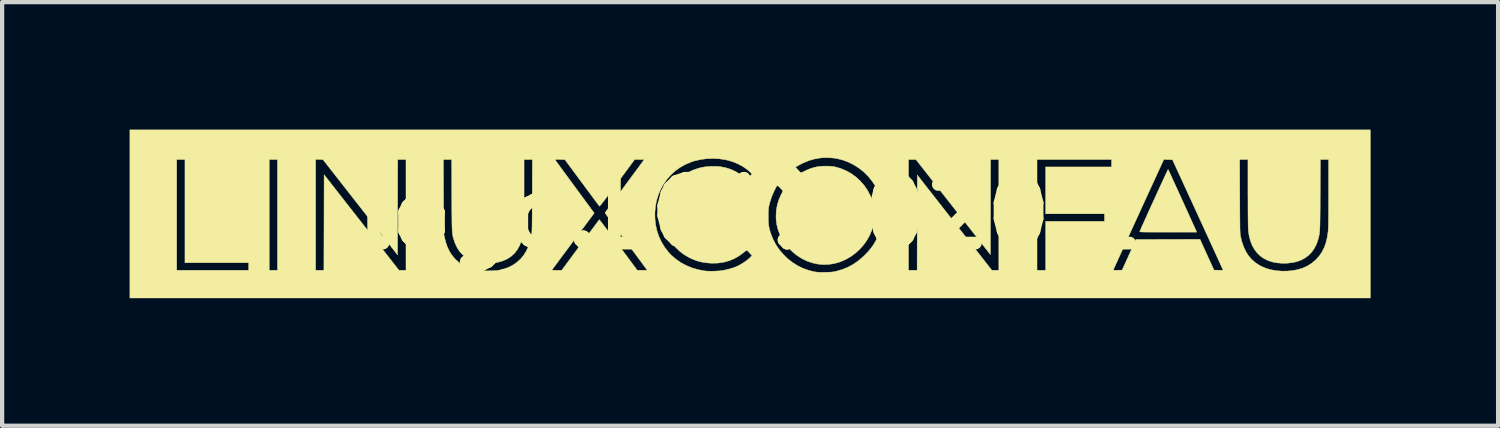
<source format=kicad_pcb>
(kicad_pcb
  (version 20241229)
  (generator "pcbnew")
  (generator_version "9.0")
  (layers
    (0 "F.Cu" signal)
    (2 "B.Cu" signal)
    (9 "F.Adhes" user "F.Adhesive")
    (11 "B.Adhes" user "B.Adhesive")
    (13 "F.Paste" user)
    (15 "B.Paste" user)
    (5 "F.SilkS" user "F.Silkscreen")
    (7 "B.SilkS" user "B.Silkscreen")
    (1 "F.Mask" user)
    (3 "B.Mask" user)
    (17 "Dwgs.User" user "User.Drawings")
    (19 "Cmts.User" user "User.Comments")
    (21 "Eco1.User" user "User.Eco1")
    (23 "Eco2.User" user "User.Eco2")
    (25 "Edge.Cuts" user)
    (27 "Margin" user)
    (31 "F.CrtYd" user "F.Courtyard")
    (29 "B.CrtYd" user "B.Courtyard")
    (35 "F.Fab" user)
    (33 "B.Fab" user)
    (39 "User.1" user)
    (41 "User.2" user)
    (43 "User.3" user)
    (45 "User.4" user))
  (footprint "logo.LCA.2020.1"
    (layer "F.Cu")
    (at 14.593 1.978)
    (property "Reference" "logo.LCA.2020.1" (at 0 0 0) (layer "F.SilkS") (effects (font (size 1.524 1.524) (thickness 0.3))))
    (attr through_hole)
    (fp_poly (pts (xy 9.836 -1.035) (xy 9.846 -1.012) (xy 9.863 -0.976) (xy 9.886 -0.928) (xy 9.913 -0.868) (xy 9.945 -0.799) (xy 9.981 -0.72) (xy 10.02 -0.634) (xy 10.063 -0.541) (xy 10.108 -0.442) (xy 10.155 -0.338) (xy 10.171 -0.303) (xy 10.505 0.432) (xy 9.832 0.432) (xy 9.71 0.432) (xy 9.603 0.432) (xy 9.511 0.432) (xy 9.432 0.431) (xy 9.367 0.431) (xy 9.313 0.431) (xy 9.269 0.43) (xy 9.234 0.429) (xy 9.208 0.428) (xy 9.189 0.427) (xy 9.177 0.425) (xy 9.169 0.423) (xy 9.165 0.421) (xy 9.164 0.419) (xy 9.164 0.417) (xy 9.171 0.401) (xy 9.184 0.371) (xy 9.202 0.33) (xy 9.225 0.278) (xy 9.253 0.216) (xy 9.284 0.146) (xy 9.319 0.07) (xy 9.356 -0.013) (xy 9.395 -0.099) (xy 9.436 -0.189) (xy 9.478 -0.28) (xy 9.52 -0.372) (xy 9.561 -0.463) (xy 9.602 -0.552) (xy 9.641 -0.637) (xy 9.678 -0.718) (xy 9.713 -0.792) (xy 9.744 -0.86) (xy 9.771 -0.919) (xy 9.794 -0.968) (xy 9.812 -1.005) (xy 9.825 -1.031) (xy 9.831 -1.043) (xy 9.831 -1.043) (xy 9.836 -1.035)) (stroke (width 0.01) (type solid)) (fill yes) (layer "F.SilkS"))
    (fp_poly (pts (xy 14.588 1.981) (xy -14.588 1.981) (xy -14.588 -1.278) (xy -13.487 -1.278) (xy -13.487 1.329) (xy -11.794 1.329) (xy -11.794 1.151) (xy -13.293 1.151) (xy -13.293 -1.278) (xy -11.311 -1.278) (xy -11.311 1.329) (xy -11.117 1.329) (xy -10.219 1.329) (xy -10.025 1.329) (xy -10.022 0.205) (xy -10.02 -0.919) (xy -9.14 0.205) (xy -8.259 1.329) (xy -8.177 1.329) (xy -8.094 1.329) (xy -8.094 -1.278) (xy -7.214 -1.278) (xy -7.211 -0.409) (xy -7.208 0.461) (xy -7.186 0.564) (xy -7.154 0.685) (xy -7.116 0.792) (xy -7.07 0.887) (xy -7.015 0.972) (xy -6.95 1.051) (xy -6.926 1.076) (xy -6.846 1.147) (xy -6.76 1.206) (xy -6.665 1.255) (xy -6.558 1.294) (xy -6.557 1.295) (xy -6.501 1.311) (xy -6.448 1.324) (xy -6.396 1.333) (xy -6.341 1.339) (xy -6.279 1.342) (xy -6.207 1.343) (xy -6.138 1.342) (xy -6.074 1.341) (xy -6.023 1.339) (xy -5.982 1.337) (xy -5.947 1.333) (xy -5.916 1.329) (xy -5.885 1.322) (xy -5.873 1.32) (xy -4.66 1.32) (xy -4.658 1.324) (xy -4.643 1.327) (xy -4.616 1.328) (xy -4.573 1.329) (xy -4.549 1.329) (xy -4.431 1.329) (xy -3.992 0.736) (xy -3.926 0.647) (xy -3.864 0.563) (xy -3.804 0.483) (xy -3.749 0.409) (xy -3.699 0.342) (xy -3.655 0.283) (xy -3.618 0.232) (xy -3.587 0.192) (xy -3.565 0.162) (xy -3.551 0.144) (xy -3.547 0.139) (xy -3.541 0.145) (xy -3.526 0.164) (xy -3.502 0.194) (xy -3.47 0.236) (xy -3.432 0.286) (xy -3.386 0.346) (xy -3.335 0.414) (xy -3.28 0.488) (xy -3.22 0.568) (xy -3.156 0.653) (xy -3.097 0.732) (xy -2.654 1.329) (xy -2.537 1.329) (xy -2.42 1.329) (xy -2.435 1.305) (xy -2.443 1.295) (xy -2.459 1.272) (xy -2.485 1.238) (xy -2.518 1.193) (xy -2.558 1.138) (xy -2.605 1.075) (xy -2.658 1.004) (xy -2.715 0.926) (xy -2.777 0.842) (xy -2.843 0.754) (xy -2.911 0.662) (xy -2.932 0.634) (xy -3.001 0.542) (xy -3.067 0.453) (xy -3.129 0.369) (xy -3.187 0.29) (xy -3.239 0.218) (xy -3.286 0.154) (xy -3.327 0.099) (xy -3.36 0.052) (xy -3.386 0.017) (xy -3.403 -0.008) (xy -3.411 -0.02) (xy -3.412 -0.021) (xy -3.409 -0.025) (xy -2.24 -0.025) (xy -2.237 0.125) (xy -2.222 0.258) (xy -2.192 0.399) (xy -2.146 0.535) (xy -2.084 0.666) (xy -2.009 0.789) (xy -1.92 0.903) (xy -1.855 0.973) (xy -1.748 1.066) (xy -1.631 1.147) (xy -1.503 1.216) (xy -1.368 1.272) (xy -1.225 1.314) (xy -1.078 1.342) (xy -1.046 1.346) (xy -0.998 1.349) (xy -0.938 1.351) (xy -0.871 1.35) (xy -0.802 1.348) (xy -0.737 1.344) (xy -0.679 1.338) (xy -0.648 1.334) (xy -0.563 1.317) (xy -0.477 1.295) (xy -0.395 1.27) (xy -0.348 1.253) (xy -0.273 1.219) (xy -0.196 1.176) (xy -0.121 1.127) (xy -0.052 1.076) (xy 0.005 1.024) (xy 0.008 1.021) (xy 0.045 0.983) (xy -0.013 0.921) (xy -0.038 0.895) (xy -0.059 0.873) (xy -0.073 0.86) (xy -0.077 0.857) (xy -0.086 0.861) (xy -0.105 0.873) (xy -0.129 0.893) (xy -0.141 0.902) (xy -0.251 0.985) (xy -0.367 1.052) (xy -0.49 1.103) (xy -0.619 1.139) (xy -0.754 1.159) (xy -0.895 1.163) (xy -0.953 1.16) (xy -1.06 1.15) (xy -1.156 1.133) (xy -1.248 1.108) (xy -1.34 1.073) (xy -1.427 1.033) (xy -1.544 0.966) (xy -1.65 0.887) (xy -1.745 0.796) (xy -1.828 0.695) (xy -1.899 0.585) (xy -1.955 0.466) (xy -1.998 0.34) (xy -2.027 0.208) (xy -2.04 0.072) (xy -2.04 0.064) (xy 0.428 0.064) (xy 0.428 0.139) (xy 0.43 0.201) (xy 0.435 0.255) (xy 0.442 0.304) (xy 0.452 0.352) (xy 0.466 0.403) (xy 0.484 0.461) (xy 0.536 0.595) (xy 0.604 0.723) (xy 0.684 0.842) (xy 0.777 0.953) (xy 0.88 1.054) (xy 0.994 1.143) (xy 1.115 1.22) (xy 1.244 1.283) (xy 1.379 1.331) (xy 1.431 1.345) (xy 1.48 1.357) (xy 1.524 1.366) (xy 1.566 1.372) (xy 1.61 1.375) (xy 1.66 1.377) (xy 1.72 1.377) (xy 1.77 1.376) (xy 1.832 1.375) (xy 1.881 1.373) (xy 1.921 1.37) (xy 1.956 1.366) (xy 1.989 1.36) (xy 2.024 1.352) (xy 2.166 1.311) (xy 2.3 1.257) (xy 2.425 1.189) (xy 2.544 1.107) (xy 2.659 1.009) (xy 2.683 0.986) (xy 2.768 0.899) (xy 2.839 0.815) (xy 2.901 0.729) (xy 2.955 0.638) (xy 2.98 0.588) (xy 3.015 0.515) (xy 3.043 0.449) (xy 3.065 0.386) (xy 3.084 0.32) (xy 3.1 0.252) (xy 3.11 0.196) (xy 3.116 0.127) (xy 3.12 0.051) (xy 3.121 -0.027) (xy 3.119 -0.104) (xy 3.114 -0.174) (xy 3.106 -0.234) (xy 3.105 -0.241) (xy 3.067 -0.383) (xy 3.015 -0.52) (xy 2.948 -0.649) (xy 2.869 -0.77) (xy 2.777 -0.881) (xy 2.675 -0.983) (xy 2.562 -1.073) (xy 2.44 -1.151) (xy 2.31 -1.216) (xy 2.173 -1.266) (xy 2.125 -1.278) (xy 3.725 -1.278) (xy 3.725 1.329) (xy 3.928 1.329) (xy 3.933 -0.91) (xy 4.809 0.209) (xy 5.685 1.328) (xy 5.768 1.329) (xy 5.85 1.329) (xy 5.85 -1.278) (xy 6.748 -1.278) (xy 6.748 1.329) (xy 6.951 1.329) (xy 6.951 1.321) (xy 8.544 1.321) (xy 8.549 1.325) (xy 8.56 1.327) (xy 8.582 1.328) (xy 8.616 1.328) (xy 8.645 1.327) (xy 8.75 1.325) (xy 8.913 0.965) (xy 9.075 0.605) (xy 9.828 0.603) (xy 10.581 0.601) (xy 10.746 0.963) (xy 10.911 1.325) (xy 11.018 1.327) (xy 11.058 1.328) (xy 11.092 1.328) (xy 11.115 1.327) (xy 11.125 1.326) (xy 11.125 1.325) (xy 11.122 1.317) (xy 11.112 1.295) (xy 11.095 1.258) (xy 11.072 1.209) (xy 11.044 1.147) (xy 11.011 1.074) (xy 10.973 0.991) (xy 10.93 0.897) (xy 10.883 0.795) (xy 10.832 0.684) (xy 10.778 0.566) (xy 10.721 0.442) (xy 10.661 0.311) (xy 10.599 0.175) (xy 10.534 0.036) (xy 10.529 0.023) (xy 9.933 -1.274) (xy 9.752 -1.278) (xy 11.514 -1.278) (xy 11.517 -0.413) (xy 11.518 -0.271) (xy 11.518 -0.145) (xy 11.519 -0.033) (xy 11.519 0.064) (xy 11.52 0.149) (xy 11.521 0.222) (xy 11.521 0.284) (xy 11.522 0.336) (xy 11.523 0.38) (xy 11.525 0.417) (xy 11.526 0.446) (xy 11.527 0.47) (xy 11.529 0.49) (xy 11.531 0.506) (xy 11.534 0.52) (xy 11.534 0.525) (xy 11.567 0.661) (xy 11.61 0.783) (xy 11.662 0.892) (xy 11.724 0.989) (xy 11.798 1.074) (xy 11.882 1.148) (xy 11.978 1.212) (xy 12.029 1.239) (xy 12.133 1.283) (xy 12.247 1.316) (xy 12.371 1.338) (xy 12.501 1.349) (xy 12.636 1.348) (xy 12.755 1.337) (xy 12.884 1.313) (xy 13.004 1.276) (xy 13.113 1.225) (xy 13.214 1.16) (xy 13.307 1.081) (xy 13.308 1.08) (xy 13.385 0.995) (xy 13.449 0.901) (xy 13.503 0.796) (xy 13.544 0.68) (xy 13.575 0.553) (xy 13.595 0.412) (xy 13.597 0.389) (xy 13.599 0.364) (xy 13.6 0.324) (xy 13.601 0.269) (xy 13.602 0.2) (xy 13.603 0.119) (xy 13.604 0.027) (xy 13.605 -0.076) (xy 13.605 -0.188) (xy 13.606 -0.308) (xy 13.606 -0.434) (xy 13.606 -0.493) (xy 13.606 -1.278) (xy 13.413 -1.278) (xy 13.409 -0.455) (xy 13.408 -0.313) (xy 13.408 -0.186) (xy 13.407 -0.075) (xy 13.406 0.024) (xy 13.405 0.109) (xy 13.404 0.184) (xy 13.403 0.248) (xy 13.401 0.304) (xy 13.399 0.351) (xy 13.397 0.392) (xy 13.394 0.427) (xy 13.391 0.458) (xy 13.387 0.485) (xy 13.382 0.511) (xy 13.377 0.535) (xy 13.371 0.559) (xy 13.364 0.584) (xy 13.36 0.6) (xy 13.322 0.712) (xy 13.271 0.812) (xy 13.209 0.901) (xy 13.136 0.977) (xy 13.051 1.04) (xy 12.956 1.091) (xy 12.85 1.128) (xy 12.843 1.13) (xy 12.739 1.151) (xy 12.627 1.163) (xy 12.511 1.164) (xy 12.399 1.155) (xy 12.305 1.138) (xy 12.196 1.105) (xy 12.097 1.059) (xy 12.009 1) (xy 11.932 0.928) (xy 11.866 0.844) (xy 11.811 0.747) (xy 11.768 0.639) (xy 11.737 0.519) (xy 11.718 0.391) (xy 11.717 0.366) (xy 11.715 0.326) (xy 11.714 0.27) (xy 11.713 0.2) (xy 11.712 0.117) (xy 11.711 0.02) (xy 11.71 -0.088) (xy 11.71 -0.207) (xy 11.71 -0.337) (xy 11.709 -0.476) (xy 11.709 -0.488) (xy 11.709 -1.278) (xy 11.514 -1.278) (xy 9.752 -1.278) (xy 9.731 -1.279) (xy 9.14 0.01) (xy 9.076 0.15) (xy 9.014 0.286) (xy 8.954 0.417) (xy 8.897 0.542) (xy 8.842 0.661) (xy 8.791 0.773) (xy 8.744 0.876) (xy 8.701 0.971) (xy 8.662 1.055) (xy 8.629 1.13) (xy 8.6 1.192) (xy 8.577 1.243) (xy 8.56 1.281) (xy 8.549 1.305) (xy 8.545 1.315) (xy 8.545 1.315) (xy 8.544 1.321) (xy 6.951 1.321) (xy 6.951 0.178) (xy 8.34 0.178) (xy 8.34 0) (xy 6.951 0) (xy 6.951 -1.101) (xy 8.501 -1.101) (xy 8.501 -1.278) (xy 6.748 -1.278) (xy 5.85 -1.278) (xy 5.656 -1.278) (xy 5.654 -0.159) (xy 5.652 0.959) (xy 4.775 -0.159) (xy 3.899 -1.278) (xy 3.725 -1.278) (xy 2.125 -1.278) (xy 2.04 -1.3) (xy 1.98 -1.309) (xy 1.909 -1.315) (xy 1.832 -1.319) (xy 1.757 -1.319) (xy 1.687 -1.316) (xy 1.654 -1.313) (xy 1.515 -1.289) (xy 1.377 -1.249) (xy 1.244 -1.194) (xy 1.149 -1.145) (xy 1.067 -1.097) (xy 1.09 -1.072) (xy 1.125 -1.033) (xy 1.155 -1.001) (xy 1.178 -0.979) (xy 1.193 -0.967) (xy 1.196 -0.965) (xy 1.206 -0.969) (xy 1.228 -0.978) (xy 1.258 -0.992) (xy 1.289 -1.007) (xy 1.39 -1.052) (xy 1.484 -1.084) (xy 1.579 -1.106) (xy 1.678 -1.118) (xy 1.786 -1.121) (xy 1.786 -1.121) (xy 1.85 -1.12) (xy 1.902 -1.117) (xy 1.947 -1.112) (xy 1.989 -1.105) (xy 1.998 -1.103) (xy 2.131 -1.065) (xy 2.258 -1.012) (xy 2.378 -0.945) (xy 2.489 -0.865) (xy 2.59 -0.772) (xy 2.681 -0.669) (xy 2.759 -0.555) (xy 2.824 -0.432) (xy 2.845 -0.383) (xy 2.888 -0.253) (xy 2.915 -0.123) (xy 2.925 0.008) (xy 2.918 0.141) (xy 2.9 0.252) (xy 2.865 0.379) (xy 2.814 0.502) (xy 2.749 0.62) (xy 2.67 0.731) (xy 2.579 0.833) (xy 2.477 0.926) (xy 2.365 1.008) (xy 2.244 1.077) (xy 2.239 1.079) (xy 2.114 1.133) (xy 1.985 1.169) (xy 1.856 1.19) (xy 1.726 1.195) (xy 1.597 1.184) (xy 1.47 1.157) (xy 1.346 1.115) (xy 1.226 1.058) (xy 1.111 0.986) (xy 1.002 0.899) (xy 0.952 0.851) (xy 0.856 0.745) (xy 0.776 0.631) (xy 0.711 0.512) (xy 0.661 0.388) (xy 0.628 0.259) (xy 0.611 0.125) (xy 0.609 0.052) (xy 0.617 -0.084) (xy 0.64 -0.213) (xy 0.679 -0.338) (xy 0.729 -0.449) (xy 0.746 -0.483) (xy 0.76 -0.512) (xy 0.768 -0.531) (xy 0.77 -0.538) (xy 0.765 -0.547) (xy 0.749 -0.565) (xy 0.727 -0.589) (xy 0.707 -0.609) (xy 0.682 -0.635) (xy 0.663 -0.652) (xy 0.649 -0.66) (xy 0.636 -0.658) (xy 0.624 -0.645) (xy 0.608 -0.62) (xy 0.589 -0.582) (xy 0.572 -0.55) (xy 0.516 -0.426) (xy 0.471 -0.293) (xy 0.447 -0.202) (xy 0.44 -0.169) (xy 0.435 -0.139) (xy 0.432 -0.108) (xy 0.429 -0.073) (xy 0.428 -0.029) (xy 0.428 0.026) (xy 0.428 0.064) (xy -2.04 0.064) (xy -2.04 0.028) (xy -2.033 -0.114) (xy -2.009 -0.25) (xy -1.971 -0.379) (xy -1.918 -0.501) (xy -1.853 -0.614) (xy -1.774 -0.718) (xy -1.683 -0.812) (xy -1.581 -0.895) (xy -1.468 -0.967) (xy -1.345 -1.026) (xy -1.213 -1.071) (xy -1.128 -1.092) (xy -1.063 -1.103) (xy -0.988 -1.111) (xy -0.908 -1.115) (xy -0.829 -1.116) (xy -0.757 -1.114) (xy -0.717 -1.11) (xy -0.585 -1.086) (xy -0.461 -1.048) (xy -0.343 -0.994) (xy -0.23 -0.926) (xy -0.15 -0.866) (xy -0.122 -0.843) (xy -0.098 -0.826) (xy -0.082 -0.815) (xy -0.078 -0.813) (xy -0.068 -0.819) (xy -0.048 -0.838) (xy -0.018 -0.869) (xy 0.02 -0.911) (xy 0.043 -0.937) (xy 0.003 -0.978) (xy -0.081 -1.05) (xy -0.177 -1.116) (xy -0.285 -1.173) (xy -0.4 -1.221) (xy -0.522 -1.258) (xy -0.575 -1.27) (xy -0.722 -1.293) (xy -0.873 -1.301) (xy -1.024 -1.295) (xy -1.172 -1.275) (xy -1.315 -1.242) (xy -1.384 -1.219) (xy -1.519 -1.162) (xy -1.644 -1.093) (xy -1.759 -1.011) (xy -1.863 -0.917) (xy -1.955 -0.813) (xy -2.035 -0.7) (xy -2.103 -0.578) (xy -2.158 -0.449) (xy -2.2 -0.313) (xy -2.227 -0.171) (xy -2.24 -0.025) (xy -3.409 -0.025) (xy -3.407 -0.029) (xy -3.392 -0.05) (xy -3.369 -0.082) (xy -3.338 -0.125) (xy -3.3 -0.177) (xy -3.255 -0.238) (xy -3.204 -0.307) (xy -3.149 -0.383) (xy -3.089 -0.465) (xy -3.025 -0.551) (xy -2.96 -0.639) (xy -2.894 -0.729) (xy -2.83 -0.815) (xy -2.769 -0.897) (xy -2.713 -0.973) (xy -2.662 -1.043) (xy -2.616 -1.104) (xy -2.577 -1.158) (xy -2.545 -1.201) (xy -2.521 -1.234) (xy -2.505 -1.255) (xy -2.499 -1.263) (xy -2.496 -1.269) (xy -2.497 -1.274) (xy -2.506 -1.276) (xy -2.524 -1.278) (xy -2.554 -1.278) (xy -2.599 -1.278) (xy -2.714 -1.278) (xy -3.124 -0.724) (xy -3.201 -0.62) (xy -3.268 -0.53) (xy -3.327 -0.451) (xy -3.377 -0.385) (xy -3.42 -0.329) (xy -3.455 -0.283) (xy -3.483 -0.246) (xy -3.506 -0.218) (xy -3.523 -0.199) (xy -3.534 -0.186) (xy -3.542 -0.18) (xy -3.545 -0.18) (xy -3.551 -0.188) (xy -3.567 -0.209) (xy -3.592 -0.242) (xy -3.624 -0.285) (xy -3.663 -0.337) (xy -3.708 -0.398) (xy -3.758 -0.466) (xy -3.813 -0.54) (xy -3.872 -0.619) (xy -3.934 -0.703) (xy -3.956 -0.732) (xy -4.357 -1.274) (xy -4.473 -1.277) (xy -4.515 -1.277) (xy -4.55 -1.277) (xy -4.576 -1.276) (xy -4.588 -1.274) (xy -4.589 -1.274) (xy -4.584 -1.266) (xy -4.57 -1.246) (xy -4.547 -1.214) (xy -4.516 -1.172) (xy -4.478 -1.119) (xy -4.433 -1.058) (xy -4.383 -0.989) (xy -4.327 -0.913) (xy -4.267 -0.832) (xy -4.203 -0.745) (xy -4.136 -0.654) (xy -4.128 -0.642) (xy -3.667 -0.016) (xy -3.778 0.134) (xy -3.802 0.165) (xy -3.834 0.209) (xy -3.875 0.264) (xy -3.922 0.328) (xy -3.976 0.399) (xy -4.033 0.476) (xy -4.094 0.558) (xy -4.158 0.643) (xy -4.222 0.73) (xy -4.272 0.797) (xy -4.333 0.879) (xy -4.392 0.958) (xy -4.447 1.031) (xy -4.497 1.099) (xy -4.542 1.16) (xy -4.581 1.212) (xy -4.613 1.255) (xy -4.637 1.289) (xy -4.653 1.31) (xy -4.66 1.319) (xy -4.66 1.32) (xy -5.873 1.32) (xy -5.867 1.318) (xy -5.769 1.291) (xy -5.682 1.26) (xy -5.604 1.221) (xy -5.528 1.173) (xy -5.479 1.136) (xy -5.396 1.061) (xy -5.324 0.974) (xy -5.263 0.875) (xy -5.212 0.763) (xy -5.172 0.639) (xy -5.142 0.508) (xy -5.14 0.493) (xy -5.138 0.477) (xy -5.136 0.458) (xy -5.134 0.435) (xy -5.132 0.407) (xy -5.131 0.374) (xy -5.13 0.333) (xy -5.129 0.284) (xy -5.128 0.226) (xy -5.127 0.158) (xy -5.127 0.078) (xy -5.126 -0.013) (xy -5.126 -0.118) (xy -5.125 -0.238) (xy -5.125 -0.373) (xy -5.124 -0.425) (xy -5.122 -1.278) (xy -5.317 -1.278) (xy -5.317 -0.548) (xy -5.317 -0.399) (xy -5.318 -0.266) (xy -5.318 -0.147) (xy -5.319 -0.042) (xy -5.32 0.05) (xy -5.321 0.131) (xy -5.323 0.202) (xy -5.325 0.264) (xy -5.327 0.318) (xy -5.33 0.364) (xy -5.334 0.405) (xy -5.337 0.441) (xy -5.342 0.474) (xy -5.347 0.504) (xy -5.351 0.526) (xy -5.383 0.646) (xy -5.425 0.754) (xy -5.479 0.849) (xy -5.545 0.932) (xy -5.622 1.002) (xy -5.71 1.06) (xy -5.81 1.105) (xy -5.921 1.138) (xy -6.044 1.158) (xy -6.066 1.161) (xy -6.189 1.166) (xy -6.308 1.158) (xy -6.422 1.137) (xy -6.529 1.105) (xy -6.626 1.061) (xy -6.678 1.03) (xy -6.759 0.966) (xy -6.829 0.89) (xy -6.889 0.801) (xy -6.936 0.701) (xy -6.954 0.654) (xy -6.963 0.625) (xy -6.972 0.599) (xy -6.979 0.575) (xy -6.986 0.551) (xy -6.991 0.526) (xy -6.996 0.5) (xy -7 0.471) (xy -7.004 0.438) (xy -7.007 0.399) (xy -7.009 0.355) (xy -7.011 0.303) (xy -7.012 0.243) (xy -7.014 0.173) (xy -7.014 0.092) (xy -7.015 -0.001) (xy -7.016 -0.106) (xy -7.016 -0.226) (xy -7.017 -0.361) (xy -7.017 -0.438) (xy -7.02 -1.278) (xy -7.214 -1.278) (xy -8.094 -1.278) (xy -8.289 -1.278) (xy -8.293 0.966) (xy -9.169 -0.154) (xy -10.046 -1.274) (xy -10.133 -1.277) (xy -10.219 -1.279) (xy -10.219 1.329) (xy -11.117 1.329) (xy -11.117 -1.278) (xy -11.311 -1.278) (xy -13.293 -1.278) (xy -13.487 -1.278) (xy -14.588 -1.278) (xy -14.588 -1.973) (xy 14.588 -1.973) (xy 14.588 1.981)) (stroke (width 0.01) (type solid)) (fill yes) (layer "F.SilkS")))
  (gr_rect
    (start -3 -3)
    (end 32.186 6.964)
    (stroke (width 0.1) (type default))
    (fill no)
    (layer "Edge.Cuts")))
</source>
